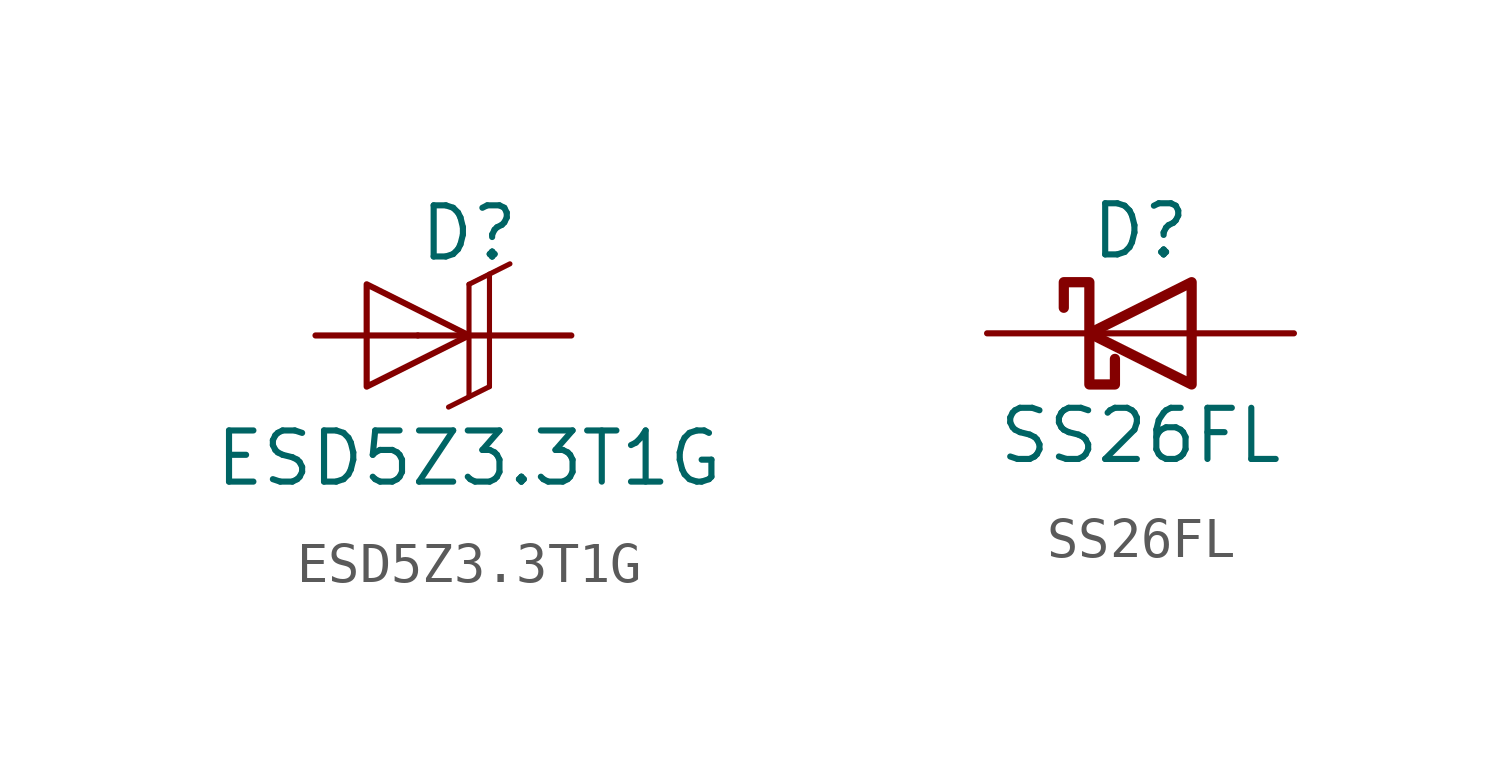
<source format=kicad_sym>
(kicad_symbol_lib
  (version 20241209)
  (generator "kicad_symbol_editor")
  (generator_version "9.0")
  (symbol "ESD5Z3.3T1G"
    (pin_numbers
      (hide yes))
    (pin_names
      (offset 1.016)
      (hide yes))
    (property "Reference" "D"
      (at 0 2.54 0)
      (effects (font (size 1.27 1.27))))
    (property "Value" "ESD5Z3.3T1G"
      (at 0 -3.048 0)
      (effects (font (size 1.27 1.27))))
    (symbol "ESD5Z3.3T1G_0_1"
      (polyline (pts (xy 0 0) (xy -2.54 1.27) (xy -2.54 -1.27) (xy 0 0)) (stroke (width 0) (type default)) (fill (type none))))
    (symbol "ESD5Z3.3T1G_1_1"
      (polyline (pts (xy -1.27 0) (xy 0 0)) (stroke (width 0) (type default)) (fill (type none)))
      (polyline (pts (xy 0 1.27) (xy 0 -1.524)) (stroke (width 0.127) (type solid)) (fill (type none)))
      (polyline (pts (xy 0 1.27) (xy 1.016 1.778)) (stroke (width 0.127) (type solid)) (fill (type none)))
      (polyline (pts (xy 0.508 1.524) (xy 0.508 -1.27)) (stroke (width 0.127) (type solid)) (fill (type none)))
      (polyline (pts (xy 0.508 -1.27) (xy -0.508 -1.778)) (stroke (width 0.127) (type solid)) (fill (type none)))
      (pin passive line (at -3.81 0 0) (length 2.54) (name "Anode" (effects (font (size 1.27 1.27)))) (number "2" (effects (font (size 1.27 1.27)))))
      (pin passive line (at 2.54 0 180) (length 2.54) (name "Cathode" (effects (font (size 1.27 1.27)))) (number "1" (effects (font (size 1.27 1.27)))))))
  (symbol "SS26FL"
    (pin_numbers
      (hide yes))
    (pin_names
      (offset 1.016)
      (hide yes))
    (property "Reference" "D"
      (at 0 2.54 0)
      (effects (font (size 1.27 1.27))))
    (property "Value" "SS26FL"
      (at 0 -2.54 0)
      (effects (font (size 1.27 1.27))))
    (symbol "SS26FL_0_1"
      (polyline (pts (xy -1.905 0.635) (xy -1.905 1.27) (xy -1.27 1.27) (xy -1.27 -1.27) (xy -0.635 -1.27) (xy -0.635 -0.635)) (stroke (width 0.254) (type default)) (fill (type none)))
      (polyline (pts (xy 1.27 1.27) (xy 1.27 -1.27) (xy -1.27 0) (xy 1.27 1.27)) (stroke (width 0.254) (type default)) (fill (type none)))
      (polyline (pts (xy 1.27 0) (xy -1.27 0)) (stroke (width 0) (type default)) (fill (type none))))
    (symbol "SS26FL_1_1"
      (pin passive line (at -3.81 0 0) (length 2.54) (name "K" (effects (font (size 1.27 1.27)))) (number "1" (effects (font (size 1.27 1.27)))))
      (pin passive line (at 3.81 0 180) (length 2.54) (name "A" (effects (font (size 1.27 1.27)))) (number "2" (effects (font (size 1.27 1.27))))))))
</source>
